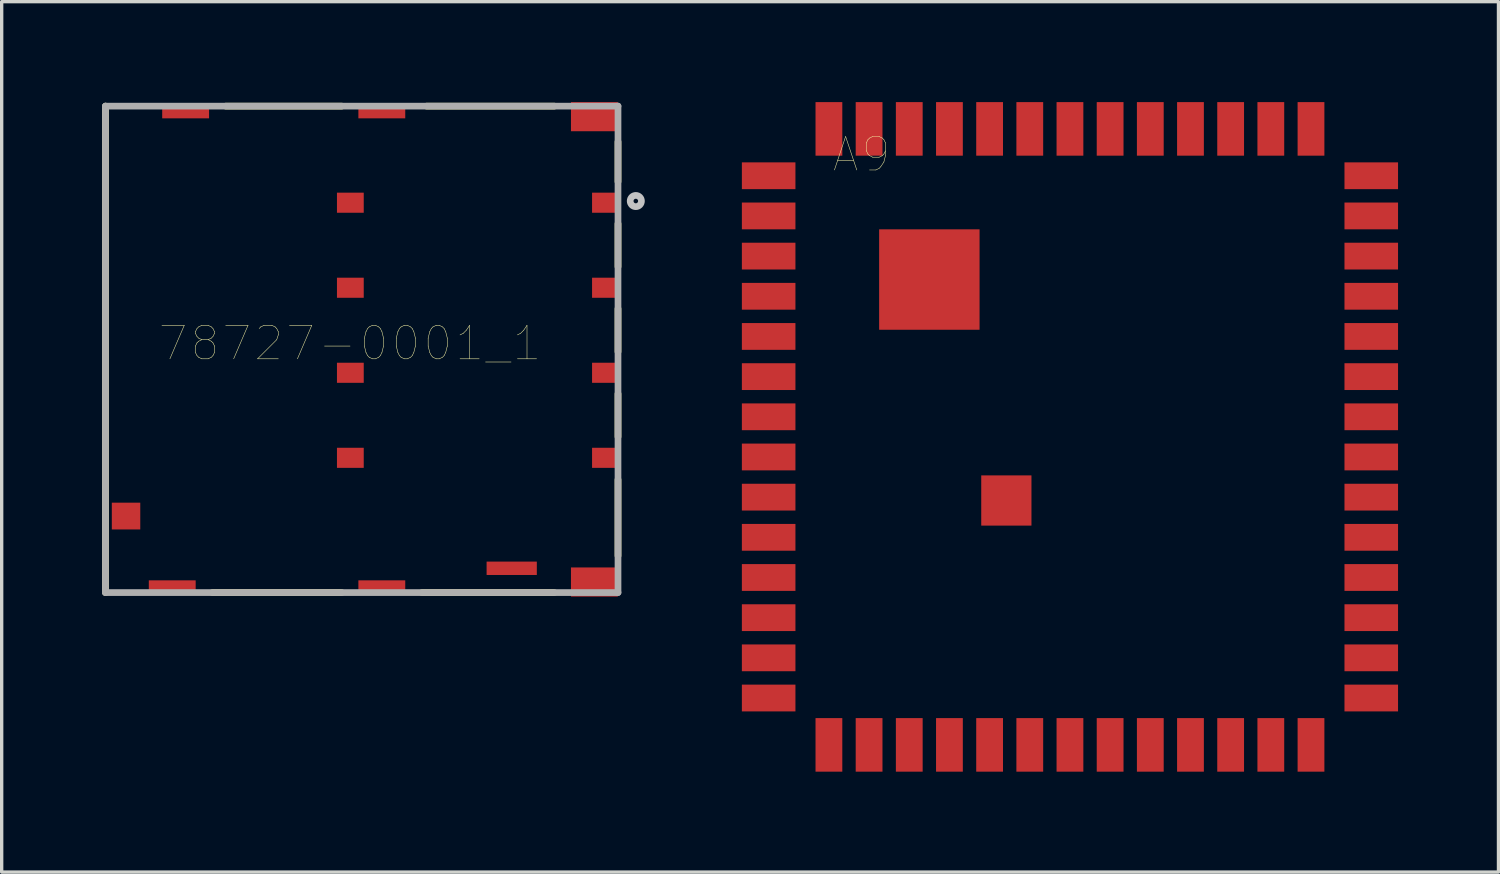
<source format=kicad_pcb>
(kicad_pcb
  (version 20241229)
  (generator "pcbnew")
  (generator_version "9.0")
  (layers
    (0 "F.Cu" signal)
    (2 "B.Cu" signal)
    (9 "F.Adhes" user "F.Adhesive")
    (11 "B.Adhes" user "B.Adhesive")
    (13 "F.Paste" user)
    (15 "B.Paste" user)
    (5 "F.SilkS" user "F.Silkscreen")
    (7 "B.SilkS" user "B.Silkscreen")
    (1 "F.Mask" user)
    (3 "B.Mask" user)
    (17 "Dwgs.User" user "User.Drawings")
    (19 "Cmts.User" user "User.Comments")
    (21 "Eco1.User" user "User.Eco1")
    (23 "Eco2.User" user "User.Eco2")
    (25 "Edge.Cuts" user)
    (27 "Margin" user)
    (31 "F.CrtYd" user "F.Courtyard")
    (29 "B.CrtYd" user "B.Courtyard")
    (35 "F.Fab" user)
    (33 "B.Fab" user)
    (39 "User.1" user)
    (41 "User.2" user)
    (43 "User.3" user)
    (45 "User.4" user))
  (footprint "78727-0001_1"
    (layer "F.Cu")
    (at 15.41 7.385)
    (property "Reference" "78727-0001_1" (at -8.004 -0.179 0) (layer "F.SilkS") (effects (font (size 1 1) (thickness 0.015))))
    (attr through_hole)
    (fp_line (start -15.31 -7.265) (end -15.31 7.265) (stroke (width 0.2) (type solid)) (layer "F.SilkS"))
    (fp_line (start -12.115 7.265) (end -8.255 7.265) (stroke (width 0.2) (type solid)) (layer "F.SilkS"))
    (fp_line (start -11.715 -7.265) (end -8.255 -7.265) (stroke (width 0.2) (type solid)) (layer "F.SilkS"))
    (fp_line (start -5.855 7.265) (end -1.905 7.265) (stroke (width 0.2) (type solid)) (layer "F.SilkS"))
    (fp_line (start -5.715 -7.265) (end -1.905 -7.265) (stroke (width 0.2) (type solid)) (layer "F.SilkS"))
    (fp_line (start 0 -6.2) (end 0 -5.009) (stroke (width 0.2) (type solid)) (layer "F.SilkS"))
    (fp_line (start 0 -3.752) (end 0 -2.469) (stroke (width 0.2) (type solid)) (layer "F.SilkS"))
    (fp_line (start 0 -1.212) (end 0 0.071) (stroke (width 0.2) (type solid)) (layer "F.SilkS"))
    (fp_line (start 0 1.328) (end 0 2.611) (stroke (width 0.2) (type solid)) (layer "F.SilkS"))
    (fp_line (start 0 6.166) (end 0 3.893) (stroke (width 0.2) (type solid)) (layer "F.SilkS"))
    (fp_circle (center 0.532 -4.43) (end 0.6 -4.43) (stroke (width 0.2) (type solid)) (fill no) (layer "Dwgs.User"))
    (fp_line (start -15.31 -7.265) (end 0 -7.265) (stroke (width 0.2) (type solid)) (layer "F.Fab"))
    (fp_line (start -15.31 7.265) (end -15.31 -7.265) (stroke (width 0.2) (type solid)) (layer "F.Fab"))
    (fp_line (start 0 -7.265) (end 0 7.265) (stroke (width 0.2) (type solid)) (layer "F.Fab"))
    (fp_line (start 0 7.265) (end -15.31 7.265) (stroke (width 0.2) (type solid)) (layer "F.Fab"))
    (pad "1" smd rect (at -0.375 -4.38) (size 0.8 0.6) (layers "F.Cu" "F.Mask" "F.Paste"))
    (pad "2" smd rect (at -0.375 -1.84) (size 0.8 0.6) (layers "F.Cu" "F.Mask" "F.Paste"))
    (pad "3" smd rect (at -0.375 0.7) (size 0.8 0.6) (layers "F.Cu" "F.Mask" "F.Paste"))
    (pad "4" smd rect (at -0.375 3.24) (size 0.8 0.6) (layers "F.Cu" "F.Mask" "F.Paste"))
    (pad "5" smd rect (at -7.995 -4.38) (size 0.8 0.6) (layers "F.Cu" "F.Mask" "F.Paste"))
    (pad "6" smd rect (at -7.995 -1.84) (size 0.8 0.6) (layers "F.Cu" "F.Mask" "F.Paste"))
    (pad "7" smd rect (at -7.995 0.7) (size 0.8 0.6) (layers "F.Cu" "F.Mask" "F.Paste"))
    (pad "8" smd rect (at -7.995 3.24) (size 0.8 0.6) (layers "F.Cu" "F.Mask" "F.Paste"))
    (pad "9" smd rect (at -0.705 -6.95) (size 1.4 0.87) (layers "F.Cu" "F.Mask" "F.Paste"))
    (pad "10" smd rect (at -7.055 -7.11) (size 1.4 0.42) (layers "F.Cu" "F.Mask" "F.Paste"))
    (pad "11" smd rect (at -12.915 -7.11) (size 1.4 0.42) (layers "F.Cu" "F.Mask" "F.Paste"))
    (pad "12" smd rect (at -13.315 7.11) (size 1.4 0.42) (layers "F.Cu" "F.Mask" "F.Paste"))
    (pad "13" smd rect (at -7.055 7.11) (size 1.4 0.42) (layers "F.Cu" "F.Mask" "F.Paste"))
    (pad "14" smd rect (at -0.705 6.95) (size 1.4 0.87) (layers "F.Cu" "F.Mask" "F.Paste"))
    (pad "15" smd rect (at -3.175 6.54) (size 1.5 0.4) (layers "F.Cu" "F.Mask" "F.Paste"))
    (pad "16" smd rect (at -14.695 4.98) (size 0.85 0.8) (layers "F.Cu" "F.Mask" "F.Paste")))
  (footprint "A9"
    (layer "F.Cu")
    (at 19.51 2.2)
    (property "Reference" "A9" (at 3.175 -0.635 0) (layer "F.SilkS") (effects (font (size 1 1) (thickness 0.015))))
    (attr through_hole)
    (pad "1" smd rect (at 0.4 0) (size 1.6 0.8) (layers "F.Cu" "F.Mask" "F.Paste"))
    (pad "2" smd rect (at 0.4 1.2) (size 1.6 0.8) (layers "F.Cu" "F.Mask" "F.Paste"))
    (pad "3" smd rect (at 0.4 2.4) (size 1.6 0.8) (layers "F.Cu" "F.Mask" "F.Paste"))
    (pad "4" smd rect (at 0.4 3.6) (size 1.6 0.8) (layers "F.Cu" "F.Mask" "F.Paste"))
    (pad "5" smd rect (at 0.4 4.8) (size 1.6 0.8) (layers "F.Cu" "F.Mask" "F.Paste"))
    (pad "6" smd rect (at 0.4 6) (size 1.6 0.8) (layers "F.Cu" "F.Mask" "F.Paste"))
    (pad "7" smd rect (at 0.4 7.2) (size 1.6 0.8) (layers "F.Cu" "F.Mask" "F.Paste"))
    (pad "8" smd rect (at 0.4 8.4) (size 1.6 0.8) (layers "F.Cu" "F.Mask" "F.Paste"))
    (pad "9" smd rect (at 0.4 9.6) (size 1.6 0.8) (layers "F.Cu" "F.Mask" "F.Paste"))
    (pad "10" smd rect (at 0.4 10.8) (size 1.6 0.8) (layers "F.Cu" "F.Mask" "F.Paste"))
    (pad "11" smd rect (at 0.4 12) (size 1.6 0.8) (layers "F.Cu" "F.Mask" "F.Paste"))
    (pad "12" smd rect (at 0.4 13.2) (size 1.6 0.8) (layers "F.Cu" "F.Mask" "F.Paste"))
    (pad "13" smd rect (at 0.4 14.4) (size 1.6 0.8) (layers "F.Cu" "F.Mask" "F.Paste"))
    (pad "14" smd rect (at 0.4 15.6) (size 1.6 0.8) (layers "F.Cu" "F.Mask" "F.Paste"))
    (pad "15" smd rect (at 2.2 17) (size 0.8 1.6) (layers "F.Cu" "F.Mask" "F.Paste"))
    (pad "16" smd rect (at 3.4 17) (size 0.8 1.6) (layers "F.Cu" "F.Mask" "F.Paste"))
    (pad "17" smd rect (at 4.6 17) (size 0.8 1.6) (layers "F.Cu" "F.Mask" "F.Paste"))
    (pad "18" smd rect (at 5.8 17) (size 0.8 1.6) (layers "F.Cu" "F.Mask" "F.Paste"))
    (pad "19" smd rect (at 7 17) (size 0.8 1.6) (layers "F.Cu" "F.Mask" "F.Paste"))
    (pad "20" smd rect (at 8.2 17) (size 0.8 1.6) (layers "F.Cu" "F.Mask" "F.Paste"))
    (pad "21" smd rect (at 9.4 17) (size 0.8 1.6) (layers "F.Cu" "F.Mask" "F.Paste"))
    (pad "22" smd rect (at 10.6 17) (size 0.8 1.6) (layers "F.Cu" "F.Mask" "F.Paste"))
    (pad "23" smd rect (at 11.8 17) (size 0.8 1.6) (layers "F.Cu" "F.Mask" "F.Paste"))
    (pad "24" smd rect (at 13 17) (size 0.8 1.6) (layers "F.Cu" "F.Mask" "F.Paste"))
    (pad "25" smd rect (at 14.2 17) (size 0.8 1.6) (layers "F.Cu" "F.Mask" "F.Paste"))
    (pad "26" smd rect (at 15.4 17) (size 0.8 1.6) (layers "F.Cu" "F.Mask" "F.Paste"))
    (pad "27" smd rect (at 16.6 17) (size 0.8 1.6) (layers "F.Cu" "F.Mask" "F.Paste"))
    (pad "28" smd rect (at 18.4 15.6) (size 1.6 0.8) (layers "F.Cu" "F.Mask" "F.Paste"))
    (pad "29" smd rect (at 18.4 14.4) (size 1.6 0.8) (layers "F.Cu" "F.Mask" "F.Paste"))
    (pad "30" smd rect (at 18.4 13.2) (size 1.6 0.8) (layers "F.Cu" "F.Mask" "F.Paste"))
    (pad "31" smd rect (at 18.4 12) (size 1.6 0.8) (layers "F.Cu" "F.Mask" "F.Paste"))
    (pad "32" smd rect (at 18.4 10.8) (size 1.6 0.8) (layers "F.Cu" "F.Mask" "F.Paste"))
    (pad "33" smd rect (at 18.4 9.6) (size 1.6 0.8) (layers "F.Cu" "F.Mask" "F.Paste"))
    (pad "34" smd rect (at 18.4 8.4) (size 1.6 0.8) (layers "F.Cu" "F.Mask" "F.Paste"))
    (pad "35" smd rect (at 18.4 7.2) (size 1.6 0.8) (layers "F.Cu" "F.Mask" "F.Paste"))
    (pad "36" smd rect (at 18.4 6) (size 1.6 0.8) (layers "F.Cu" "F.Mask" "F.Paste"))
    (pad "37" smd rect (at 18.4 4.8) (size 1.6 0.8) (layers "F.Cu" "F.Mask" "F.Paste"))
    (pad "38" smd rect (at 18.4 3.6) (size 1.6 0.8) (layers "F.Cu" "F.Mask" "F.Paste"))
    (pad "39" smd rect (at 18.4 2.4) (size 1.6 0.8) (layers "F.Cu" "F.Mask" "F.Paste"))
    (pad "40" smd rect (at 18.4 1.2) (size 1.6 0.8) (layers "F.Cu" "F.Mask" "F.Paste"))
    (pad "41" smd rect (at 18.4 0) (size 1.6 0.8) (layers "F.Cu" "F.Mask" "F.Paste"))
    (pad "42" smd rect (at 16.6 -1.4) (size 0.8 1.6) (layers "F.Cu" "F.Mask" "F.Paste"))
    (pad "43" smd rect (at 15.4 -1.4) (size 0.8 1.6) (layers "F.Cu" "F.Mask" "F.Paste"))
    (pad "44" smd rect (at 14.2 -1.4) (size 0.8 1.6) (layers "F.Cu" "F.Mask" "F.Paste"))
    (pad "45" smd rect (at 13 -1.4) (size 0.8 1.6) (layers "F.Cu" "F.Mask" "F.Paste"))
    (pad "46" smd rect (at 11.8 -1.4) (size 0.8 1.6) (layers "F.Cu" "F.Mask" "F.Paste"))
    (pad "47" smd rect (at 10.6 -1.4) (size 0.8 1.6) (layers "F.Cu" "F.Mask" "F.Paste"))
    (pad "48" smd rect (at 9.4 -1.4) (size 0.8 1.6) (layers "F.Cu" "F.Mask" "F.Paste"))
    (pad "49" smd rect (at 8.2 -1.4) (size 0.8 1.6) (layers "F.Cu" "F.Mask" "F.Paste"))
    (pad "50" smd rect (at 7 -1.4) (size 0.8 1.6) (layers "F.Cu" "F.Mask" "F.Paste"))
    (pad "51" smd rect (at 5.8 -1.4) (size 0.8 1.6) (layers "F.Cu" "F.Mask" "F.Paste"))
    (pad "52" smd rect (at 4.6 -1.4) (size 0.8 1.6) (layers "F.Cu" "F.Mask" "F.Paste"))
    (pad "53" smd rect (at 3.4 -1.4) (size 0.8 1.6) (layers "F.Cu" "F.Mask" "F.Paste"))
    (pad "54" smd rect (at 2.2 -1.4) (size 0.8 1.6) (layers "F.Cu" "F.Mask" "F.Paste"))
    (pad "55" smd rect (at 5.2 3.1) (size 3 3) (layers "F.Cu" "F.Mask" "F.Paste"))
    (pad "56" smd rect (at 7.5 9.7) (size 1.5 1.5) (layers "F.Cu" "F.Mask" "F.Paste")))
  (gr_rect
    (start -3 -3)
    (end 41.71 23)
    (stroke (width 0.1) (type default))
    (fill no)
    (layer "Edge.Cuts")))
</source>
